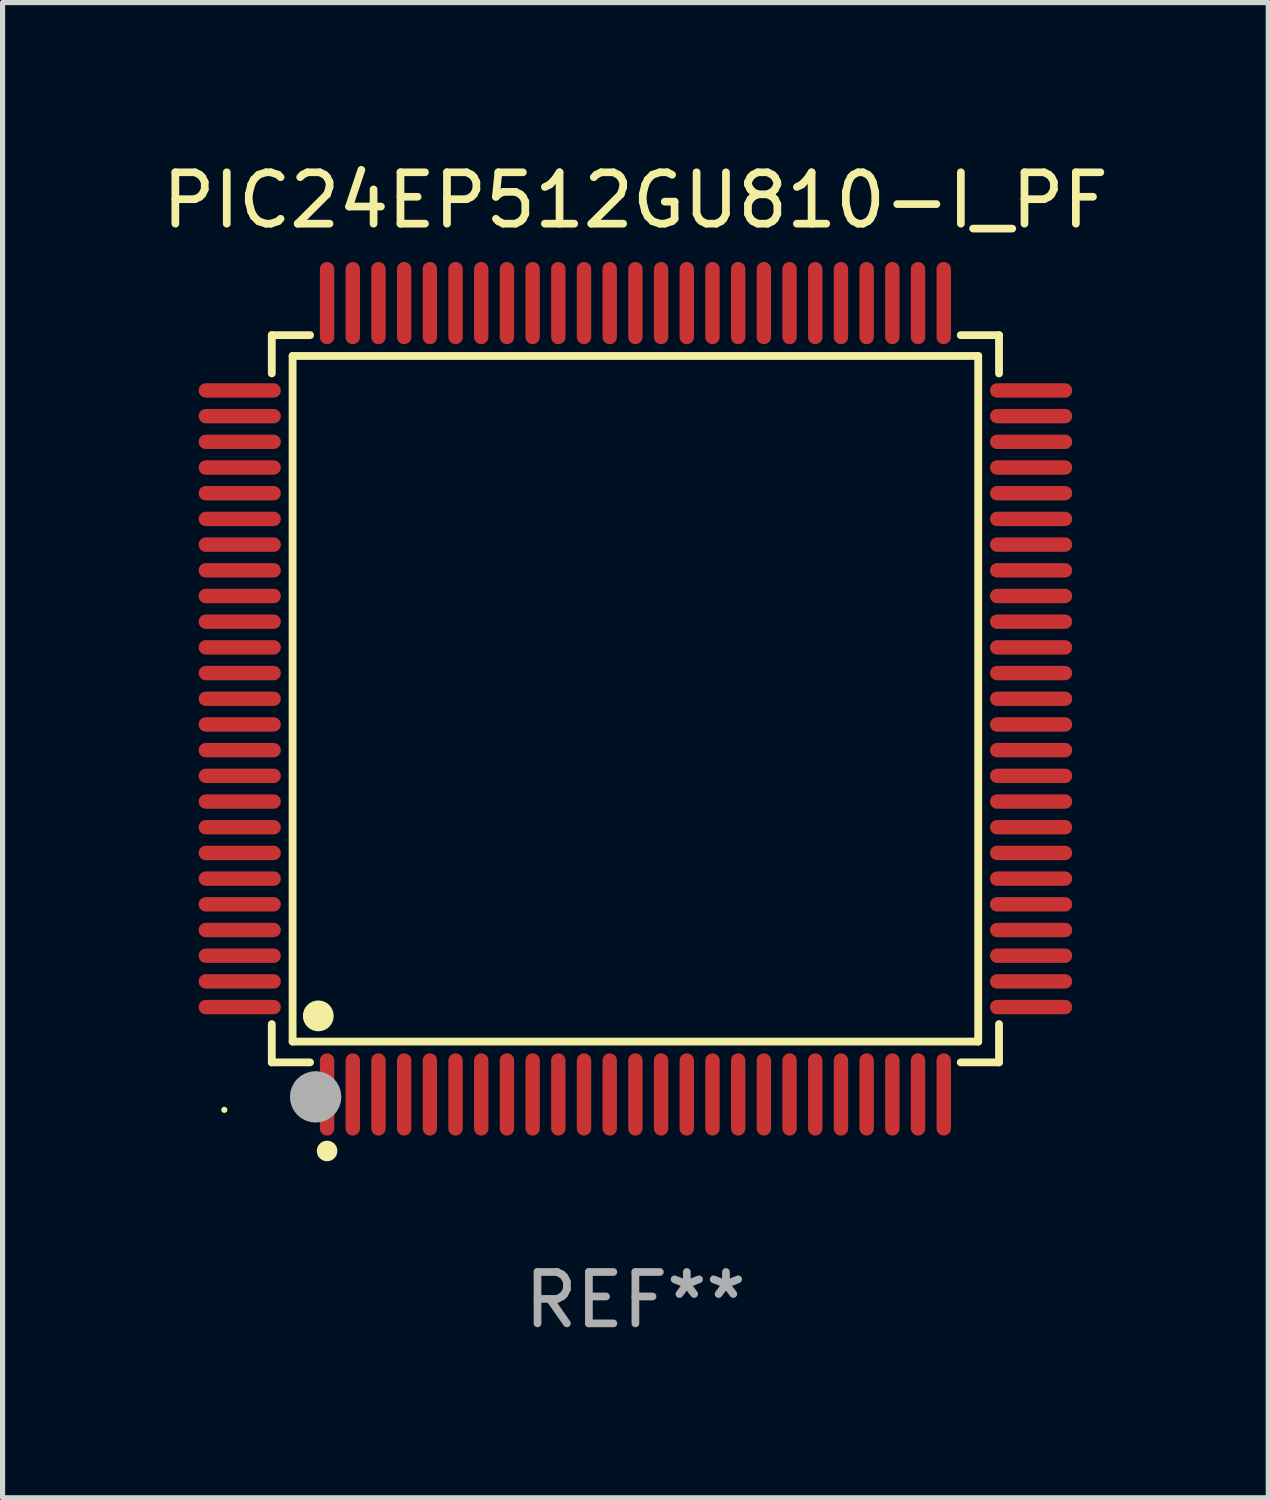
<source format=kicad_pcb>
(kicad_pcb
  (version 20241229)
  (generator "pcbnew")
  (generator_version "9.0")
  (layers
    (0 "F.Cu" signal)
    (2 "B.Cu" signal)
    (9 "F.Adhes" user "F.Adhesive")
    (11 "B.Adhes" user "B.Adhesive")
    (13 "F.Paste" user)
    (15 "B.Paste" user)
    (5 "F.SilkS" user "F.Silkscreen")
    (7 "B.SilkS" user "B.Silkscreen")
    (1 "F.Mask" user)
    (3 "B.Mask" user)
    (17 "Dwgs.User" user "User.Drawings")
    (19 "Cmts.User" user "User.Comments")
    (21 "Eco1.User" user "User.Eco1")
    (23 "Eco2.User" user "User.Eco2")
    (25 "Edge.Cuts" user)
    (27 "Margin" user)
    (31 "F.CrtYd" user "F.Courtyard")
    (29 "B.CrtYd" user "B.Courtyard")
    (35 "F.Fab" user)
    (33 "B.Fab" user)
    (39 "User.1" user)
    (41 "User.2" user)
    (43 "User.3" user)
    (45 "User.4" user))
  (footprint "PIC24EP512GU810-I_PF"
    (layer "F.Cu")
    (at 9.315 10.548)
    (property "Reference" "PIC24EP512GU810-I_PF" (at 0 -9.7 0) (layer "F.SilkS") (effects (font (size 1 1) (thickness 0.15))))
    (attr through_hole)
    (fp_line (start -7.076 -7.076) (end -6.331 -7.076) (stroke (width 0.152) (type solid)) (layer "F.SilkS"))
    (fp_line (start -7.076 -6.331) (end -7.076 -7.076) (stroke (width 0.152) (type solid)) (layer "F.SilkS"))
    (fp_line (start -7.076 6.331) (end -7.076 7.076) (stroke (width 0.152) (type solid)) (layer "F.SilkS"))
    (fp_line (start -7.076 7.076) (end -6.331 7.076) (stroke (width 0.152) (type solid)) (layer "F.SilkS"))
    (fp_line (start -6.671 -6.671) (end 6.671 -6.671) (stroke (width 0.152) (type solid)) (layer "F.SilkS"))
    (fp_line (start -6.671 6.671) (end -6.671 -6.671) (stroke (width 0.152) (type solid)) (layer "F.SilkS"))
    (fp_line (start 6.671 -6.671) (end 6.671 6.671) (stroke (width 0.152) (type solid)) (layer "F.SilkS"))
    (fp_line (start 6.671 6.671) (end -6.671 6.671) (stroke (width 0.152) (type solid)) (layer "F.SilkS"))
    (fp_line (start 7.076 -7.076) (end 6.331 -7.076) (stroke (width 0.152) (type solid)) (layer "F.SilkS"))
    (fp_line (start 7.076 -6.331) (end 7.076 -7.076) (stroke (width 0.152) (type solid)) (layer "F.SilkS"))
    (fp_line (start 7.076 6.331) (end 7.076 7.076) (stroke (width 0.152) (type solid)) (layer "F.SilkS"))
    (fp_line (start 7.076 7.076) (end 6.331 7.076) (stroke (width 0.152) (type solid)) (layer "F.SilkS"))
    (fp_circle (center -8 8) (end -7.97 8) (stroke (width 0.06) (type solid)) (fill no) (layer "F.SilkS"))
    (fp_circle (center -6.171 6.171) (end -6.021 6.171) (stroke (width 0.3) (type solid)) (fill no) (layer "F.SilkS"))
    (fp_circle (center -6 8.8) (end -5.9 8.8) (stroke (width 0.2) (type solid)) (fill no) (layer "F.SilkS"))
    (fp_circle (center -6.223 7.747) (end -5.973 7.747) (stroke (width 0.5) (type solid)) (fill no) (layer "F.Fab"))
    (fp_text user "REF**" (at 0 11.7 0) (layer "F.Fab") (effects (font (size 1 1) (thickness 0.15))))
    (pad "1" smd oval (at -6 7.7) (size 0.28 1.6) (layers "F.Cu" "F.Mask" "F.Paste"))
    (pad "2" smd oval (at -5.5 7.7) (size 0.28 1.6) (layers "F.Cu" "F.Mask" "F.Paste"))
    (pad "3" smd oval (at -5 7.7) (size 0.28 1.6) (layers "F.Cu" "F.Mask" "F.Paste"))
    (pad "4" smd oval (at -4.5 7.7) (size 0.28 1.6) (layers "F.Cu" "F.Mask" "F.Paste"))
    (pad "5" smd oval (at -4 7.7) (size 0.28 1.6) (layers "F.Cu" "F.Mask" "F.Paste"))
    (pad "6" smd oval (at -3.5 7.7) (size 0.28 1.6) (layers "F.Cu" "F.Mask" "F.Paste"))
    (pad "7" smd oval (at -3 7.7) (size 0.28 1.6) (layers "F.Cu" "F.Mask" "F.Paste"))
    (pad "8" smd oval (at -2.5 7.7) (size 0.28 1.6) (layers "F.Cu" "F.Mask" "F.Paste"))
    (pad "9" smd oval (at -2 7.7) (size 0.28 1.6) (layers "F.Cu" "F.Mask" "F.Paste"))
    (pad "10" smd oval (at -1.5 7.7) (size 0.28 1.6) (layers "F.Cu" "F.Mask" "F.Paste"))
    (pad "11" smd oval (at -1 7.7) (size 0.28 1.6) (layers "F.Cu" "F.Mask" "F.Paste"))
    (pad "12" smd oval (at -0.5 7.7) (size 0.28 1.6) (layers "F.Cu" "F.Mask" "F.Paste"))
    (pad "13" smd oval (at 0 7.7) (size 0.28 1.6) (layers "F.Cu" "F.Mask" "F.Paste"))
    (pad "14" smd oval (at 0.5 7.7) (size 0.28 1.6) (layers "F.Cu" "F.Mask" "F.Paste"))
    (pad "15" smd oval (at 1 7.7) (size 0.28 1.6) (layers "F.Cu" "F.Mask" "F.Paste"))
    (pad "16" smd oval (at 1.5 7.7) (size 0.28 1.6) (layers "F.Cu" "F.Mask" "F.Paste"))
    (pad "17" smd oval (at 2 7.7) (size 0.28 1.6) (layers "F.Cu" "F.Mask" "F.Paste"))
    (pad "18" smd oval (at 2.5 7.7) (size 0.28 1.6) (layers "F.Cu" "F.Mask" "F.Paste"))
    (pad "19" smd oval (at 3 7.7) (size 0.28 1.6) (layers "F.Cu" "F.Mask" "F.Paste"))
    (pad "20" smd oval (at 3.5 7.7) (size 0.28 1.6) (layers "F.Cu" "F.Mask" "F.Paste"))
    (pad "21" smd oval (at 4 7.7) (size 0.28 1.6) (layers "F.Cu" "F.Mask" "F.Paste"))
    (pad "22" smd oval (at 4.5 7.7) (size 0.28 1.6) (layers "F.Cu" "F.Mask" "F.Paste"))
    (pad "23" smd oval (at 5 7.7) (size 0.28 1.6) (layers "F.Cu" "F.Mask" "F.Paste"))
    (pad "24" smd oval (at 5.5 7.7) (size 0.28 1.6) (layers "F.Cu" "F.Mask" "F.Paste"))
    (pad "25" smd oval (at 6 7.7) (size 0.28 1.6) (layers "F.Cu" "F.Mask" "F.Paste"))
    (pad "26" smd oval (at 7.7 6) (size 1.6 0.28) (layers "F.Cu" "F.Mask" "F.Paste"))
    (pad "27" smd oval (at 7.7 5.5) (size 1.6 0.28) (layers "F.Cu" "F.Mask" "F.Paste"))
    (pad "28" smd oval (at 7.7 5) (size 1.6 0.28) (layers "F.Cu" "F.Mask" "F.Paste"))
    (pad "29" smd oval (at 7.7 4.5) (size 1.6 0.28) (layers "F.Cu" "F.Mask" "F.Paste"))
    (pad "30" smd oval (at 7.7 4) (size 1.6 0.28) (layers "F.Cu" "F.Mask" "F.Paste"))
    (pad "31" smd oval (at 7.7 3.5) (size 1.6 0.28) (layers "F.Cu" "F.Mask" "F.Paste"))
    (pad "32" smd oval (at 7.7 3) (size 1.6 0.28) (layers "F.Cu" "F.Mask" "F.Paste"))
    (pad "33" smd oval (at 7.7 2.5) (size 1.6 0.28) (layers "F.Cu" "F.Mask" "F.Paste"))
    (pad "34" smd oval (at 7.7 2) (size 1.6 0.28) (layers "F.Cu" "F.Mask" "F.Paste"))
    (pad "35" smd oval (at 7.7 1.5) (size 1.6 0.28) (layers "F.Cu" "F.Mask" "F.Paste"))
    (pad "36" smd oval (at 7.7 1) (size 1.6 0.28) (layers "F.Cu" "F.Mask" "F.Paste"))
    (pad "37" smd oval (at 7.7 0.5) (size 1.6 0.28) (layers "F.Cu" "F.Mask" "F.Paste"))
    (pad "38" smd oval (at 7.7 0) (size 1.6 0.28) (layers "F.Cu" "F.Mask" "F.Paste"))
    (pad "39" smd oval (at 7.7 -0.5) (size 1.6 0.28) (layers "F.Cu" "F.Mask" "F.Paste"))
    (pad "40" smd oval (at 7.7 -1) (size 1.6 0.28) (layers "F.Cu" "F.Mask" "F.Paste"))
    (pad "41" smd oval (at 7.7 -1.5) (size 1.6 0.28) (layers "F.Cu" "F.Mask" "F.Paste"))
    (pad "42" smd oval (at 7.7 -2) (size 1.6 0.28) (layers "F.Cu" "F.Mask" "F.Paste"))
    (pad "43" smd oval (at 7.7 -2.5) (size 1.6 0.28) (layers "F.Cu" "F.Mask" "F.Paste"))
    (pad "44" smd oval (at 7.7 -3) (size 1.6 0.28) (layers "F.Cu" "F.Mask" "F.Paste"))
    (pad "45" smd oval (at 7.7 -3.5) (size 1.6 0.28) (layers "F.Cu" "F.Mask" "F.Paste"))
    (pad "46" smd oval (at 7.7 -4) (size 1.6 0.28) (layers "F.Cu" "F.Mask" "F.Paste"))
    (pad "47" smd oval (at 7.7 -4.5) (size 1.6 0.28) (layers "F.Cu" "F.Mask" "F.Paste"))
    (pad "48" smd oval (at 7.7 -5) (size 1.6 0.28) (layers "F.Cu" "F.Mask" "F.Paste"))
    (pad "49" smd oval (at 7.7 -5.5) (size 1.6 0.28) (layers "F.Cu" "F.Mask" "F.Paste"))
    (pad "50" smd oval (at 7.7 -6) (size 1.6 0.28) (layers "F.Cu" "F.Mask" "F.Paste"))
    (pad "51" smd oval (at 6 -7.7) (size 0.28 1.6) (layers "F.Cu" "F.Mask" "F.Paste"))
    (pad "52" smd oval (at 5.5 -7.7) (size 0.28 1.6) (layers "F.Cu" "F.Mask" "F.Paste"))
    (pad "53" smd oval (at 5 -7.7) (size 0.28 1.6) (layers "F.Cu" "F.Mask" "F.Paste"))
    (pad "54" smd oval (at 4.5 -7.7) (size 0.28 1.6) (layers "F.Cu" "F.Mask" "F.Paste"))
    (pad "55" smd oval (at 4 -7.7) (size 0.28 1.6) (layers "F.Cu" "F.Mask" "F.Paste"))
    (pad "56" smd oval (at 3.5 -7.7) (size 0.28 1.6) (layers "F.Cu" "F.Mask" "F.Paste"))
    (pad "57" smd oval (at 3 -7.7) (size 0.28 1.6) (layers "F.Cu" "F.Mask" "F.Paste"))
    (pad "58" smd oval (at 2.5 -7.7) (size 0.28 1.6) (layers "F.Cu" "F.Mask" "F.Paste"))
    (pad "59" smd oval (at 2 -7.7) (size 0.28 1.6) (layers "F.Cu" "F.Mask" "F.Paste"))
    (pad "60" smd oval (at 1.5 -7.7) (size 0.28 1.6) (layers "F.Cu" "F.Mask" "F.Paste"))
    (pad "61" smd oval (at 1 -7.7) (size 0.28 1.6) (layers "F.Cu" "F.Mask" "F.Paste"))
    (pad "62" smd oval (at 0.5 -7.7) (size 0.28 1.6) (layers "F.Cu" "F.Mask" "F.Paste"))
    (pad "63" smd oval (at 0 -7.7) (size 0.28 1.6) (layers "F.Cu" "F.Mask" "F.Paste"))
    (pad "64" smd oval (at -0.5 -7.7) (size 0.28 1.6) (layers "F.Cu" "F.Mask" "F.Paste"))
    (pad "65" smd oval (at -1 -7.7) (size 0.28 1.6) (layers "F.Cu" "F.Mask" "F.Paste"))
    (pad "66" smd oval (at -1.5 -7.7) (size 0.28 1.6) (layers "F.Cu" "F.Mask" "F.Paste"))
    (pad "67" smd oval (at -2 -7.7) (size 0.28 1.6) (layers "F.Cu" "F.Mask" "F.Paste"))
    (pad "68" smd oval (at -2.5 -7.7) (size 0.28 1.6) (layers "F.Cu" "F.Mask" "F.Paste"))
    (pad "69" smd oval (at -3 -7.7) (size 0.28 1.6) (layers "F.Cu" "F.Mask" "F.Paste"))
    (pad "70" smd oval (at -3.5 -7.7) (size 0.28 1.6) (layers "F.Cu" "F.Mask" "F.Paste"))
    (pad "71" smd oval (at -4 -7.7) (size 0.28 1.6) (layers "F.Cu" "F.Mask" "F.Paste"))
    (pad "72" smd oval (at -4.5 -7.7) (size 0.28 1.6) (layers "F.Cu" "F.Mask" "F.Paste"))
    (pad "73" smd oval (at -5 -7.7) (size 0.28 1.6) (layers "F.Cu" "F.Mask" "F.Paste"))
    (pad "74" smd oval (at -5.5 -7.7) (size 0.28 1.6) (layers "F.Cu" "F.Mask" "F.Paste"))
    (pad "75" smd oval (at -6 -7.7) (size 0.28 1.6) (layers "F.Cu" "F.Mask" "F.Paste"))
    (pad "76" smd oval (at -7.7 -6) (size 1.6 0.28) (layers "F.Cu" "F.Mask" "F.Paste"))
    (pad "77" smd oval (at -7.7 -5.5) (size 1.6 0.28) (layers "F.Cu" "F.Mask" "F.Paste"))
    (pad "78" smd oval (at -7.7 -5) (size 1.6 0.28) (layers "F.Cu" "F.Mask" "F.Paste"))
    (pad "79" smd oval (at -7.7 -4.5) (size 1.6 0.28) (layers "F.Cu" "F.Mask" "F.Paste"))
    (pad "80" smd oval (at -7.7 -4) (size 1.6 0.28) (layers "F.Cu" "F.Mask" "F.Paste"))
    (pad "81" smd oval (at -7.7 -3.5) (size 1.6 0.28) (layers "F.Cu" "F.Mask" "F.Paste"))
    (pad "82" smd oval (at -7.7 -3) (size 1.6 0.28) (layers "F.Cu" "F.Mask" "F.Paste"))
    (pad "83" smd oval (at -7.7 -2.5) (size 1.6 0.28) (layers "F.Cu" "F.Mask" "F.Paste"))
    (pad "84" smd oval (at -7.7 -2) (size 1.6 0.28) (layers "F.Cu" "F.Mask" "F.Paste"))
    (pad "85" smd oval (at -7.7 -1.5) (size 1.6 0.28) (layers "F.Cu" "F.Mask" "F.Paste"))
    (pad "86" smd oval (at -7.7 -1) (size 1.6 0.28) (layers "F.Cu" "F.Mask" "F.Paste"))
    (pad "87" smd oval (at -7.7 -0.5) (size 1.6 0.28) (layers "F.Cu" "F.Mask" "F.Paste"))
    (pad "88" smd oval (at -7.7 0) (size 1.6 0.28) (layers "F.Cu" "F.Mask" "F.Paste"))
    (pad "89" smd oval (at -7.7 0.5) (size 1.6 0.28) (layers "F.Cu" "F.Mask" "F.Paste"))
    (pad "90" smd oval (at -7.7 1) (size 1.6 0.28) (layers "F.Cu" "F.Mask" "F.Paste"))
    (pad "91" smd oval (at -7.7 1.5) (size 1.6 0.28) (layers "F.Cu" "F.Mask" "F.Paste"))
    (pad "92" smd oval (at -7.7 2) (size 1.6 0.28) (layers "F.Cu" "F.Mask" "F.Paste"))
    (pad "93" smd oval (at -7.7 2.5) (size 1.6 0.28) (layers "F.Cu" "F.Mask" "F.Paste"))
    (pad "94" smd oval (at -7.7 3) (size 1.6 0.28) (layers "F.Cu" "F.Mask" "F.Paste"))
    (pad "95" smd oval (at -7.7 3.5) (size 1.6 0.28) (layers "F.Cu" "F.Mask" "F.Paste"))
    (pad "96" smd oval (at -7.7 4) (size 1.6 0.28) (layers "F.Cu" "F.Mask" "F.Paste"))
    (pad "97" smd oval (at -7.7 4.5) (size 1.6 0.28) (layers "F.Cu" "F.Mask" "F.Paste"))
    (pad "98" smd oval (at -7.7 5) (size 1.6 0.28) (layers "F.Cu" "F.Mask" "F.Paste"))
    (pad "99" smd oval (at -7.7 5.5) (size 1.6 0.28) (layers "F.Cu" "F.Mask" "F.Paste"))
    (pad "100" smd oval (at -7.7 6) (size 1.6 0.28) (layers "F.Cu" "F.Mask" "F.Paste")))
  (gr_rect
    (start -3 -3)
    (end 21.631 26.097)
    (stroke (width 0.1) (type default))
    (fill no)
    (layer "Edge.Cuts")))
</source>
